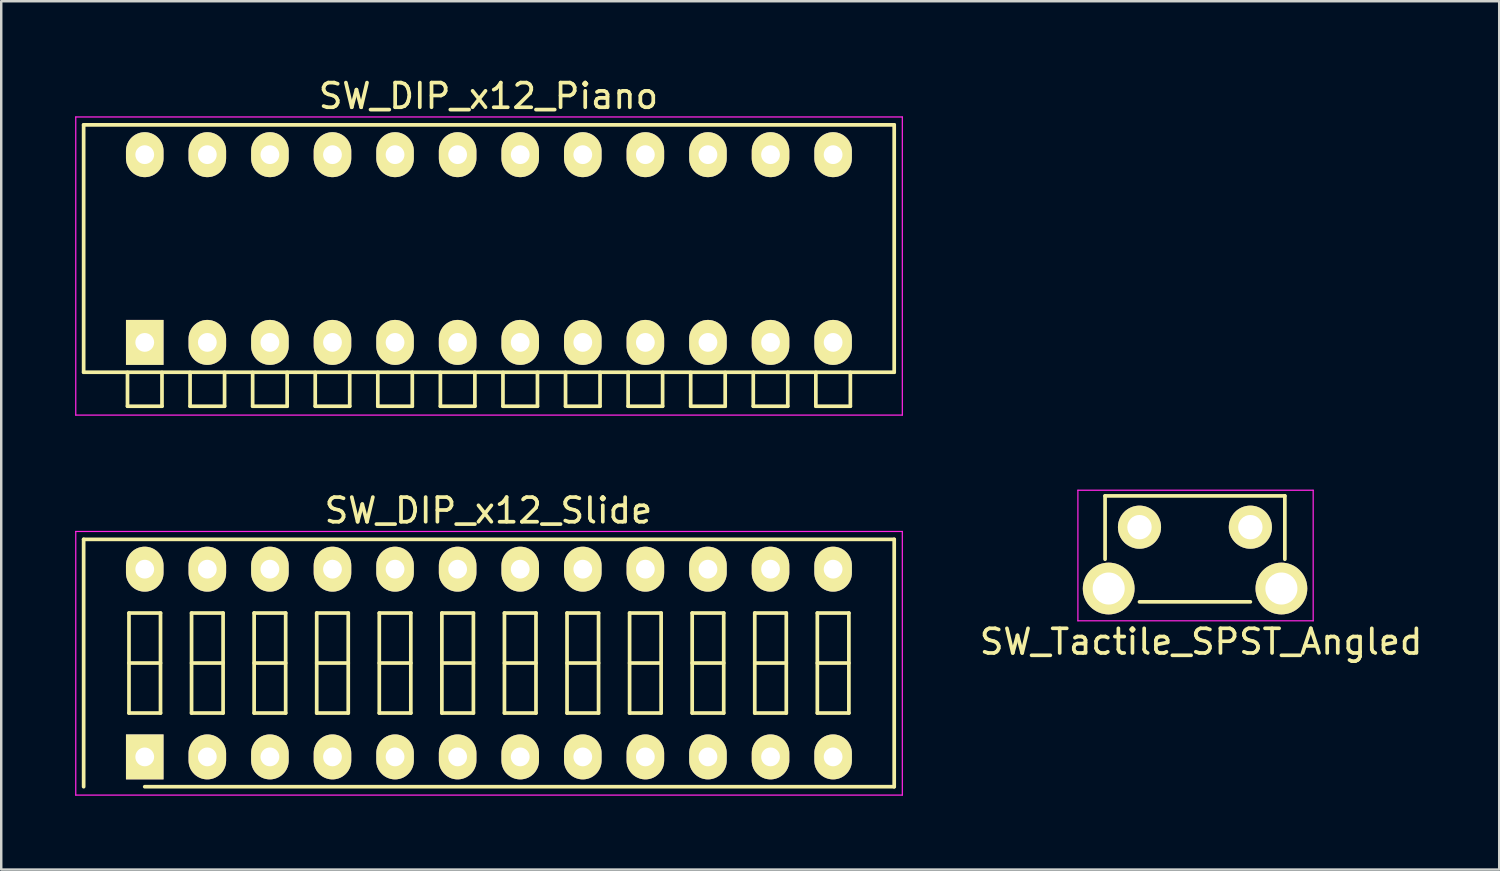
<source format=kicad_pcb>
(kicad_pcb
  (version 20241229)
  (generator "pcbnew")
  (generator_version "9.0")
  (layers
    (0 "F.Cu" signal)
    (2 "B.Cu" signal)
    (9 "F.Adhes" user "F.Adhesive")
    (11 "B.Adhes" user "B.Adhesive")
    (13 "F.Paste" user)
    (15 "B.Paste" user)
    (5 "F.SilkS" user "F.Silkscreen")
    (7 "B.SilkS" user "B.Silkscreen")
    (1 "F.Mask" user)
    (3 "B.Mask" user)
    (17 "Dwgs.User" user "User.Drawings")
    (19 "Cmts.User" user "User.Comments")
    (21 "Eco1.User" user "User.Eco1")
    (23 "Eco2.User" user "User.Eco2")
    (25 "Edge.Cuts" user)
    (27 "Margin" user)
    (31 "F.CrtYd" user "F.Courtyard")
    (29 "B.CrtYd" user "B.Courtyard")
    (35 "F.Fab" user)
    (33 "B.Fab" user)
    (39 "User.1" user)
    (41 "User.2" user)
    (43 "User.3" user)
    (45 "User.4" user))
  (footprint "SW_DIP_x12_Slide"
    (layer "F.Cu")
    (at 2.825 27.672)
    (property "Reference" "SW_DIP_x12_Slide" (at 13.95 -10 0) (layer "F.SilkS") (effects (font (size 1 1) (thickness 0.15))))
    (attr through_hole)
    (fp_line (start -2.48 -8.83) (end 30.42 -8.83) (stroke (width 0.15) (type solid)) (layer "F.SilkS"))
    (fp_line (start -2.48 1.21) (end -2.48 -8.83) (stroke (width 0.15) (type solid)) (layer "F.SilkS"))
    (fp_line (start -0.64 -5.84) (end -0.64 -1.78) (stroke (width 0.15) (type solid)) (layer "F.SilkS"))
    (fp_line (start -0.64 -3.81) (end 0.64 -3.81) (stroke (width 0.15) (type solid)) (layer "F.SilkS"))
    (fp_line (start -0.64 -1.78) (end 0.64 -1.78) (stroke (width 0.15) (type solid)) (layer "F.SilkS"))
    (fp_line (start 0.64 -5.84) (end -0.64 -5.84) (stroke (width 0.15) (type solid)) (layer "F.SilkS"))
    (fp_line (start 0.64 -1.78) (end 0.64 -5.84) (stroke (width 0.15) (type solid)) (layer "F.SilkS"))
    (fp_line (start 1.9 -5.84) (end 1.9 -1.78) (stroke (width 0.15) (type solid)) (layer "F.SilkS"))
    (fp_line (start 1.9 -3.81) (end 3.18 -3.81) (stroke (width 0.15) (type solid)) (layer "F.SilkS"))
    (fp_line (start 1.9 -1.78) (end 3.18 -1.78) (stroke (width 0.15) (type solid)) (layer "F.SilkS"))
    (fp_line (start 3.18 -5.84) (end 1.9 -5.84) (stroke (width 0.15) (type solid)) (layer "F.SilkS"))
    (fp_line (start 3.18 -1.78) (end 3.18 -5.84) (stroke (width 0.15) (type solid)) (layer "F.SilkS"))
    (fp_line (start 4.44 -5.84) (end 4.44 -1.78) (stroke (width 0.15) (type solid)) (layer "F.SilkS"))
    (fp_line (start 4.44 -3.81) (end 5.72 -3.81) (stroke (width 0.15) (type solid)) (layer "F.SilkS"))
    (fp_line (start 4.44 -1.78) (end 5.72 -1.78) (stroke (width 0.15) (type solid)) (layer "F.SilkS"))
    (fp_line (start 5.72 -5.84) (end 4.44 -5.84) (stroke (width 0.15) (type solid)) (layer "F.SilkS"))
    (fp_line (start 5.72 -1.78) (end 5.72 -5.84) (stroke (width 0.15) (type solid)) (layer "F.SilkS"))
    (fp_line (start 6.98 -5.84) (end 6.98 -1.78) (stroke (width 0.15) (type solid)) (layer "F.SilkS"))
    (fp_line (start 6.98 -3.81) (end 8.26 -3.81) (stroke (width 0.15) (type solid)) (layer "F.SilkS"))
    (fp_line (start 6.98 -1.78) (end 8.26 -1.78) (stroke (width 0.15) (type solid)) (layer "F.SilkS"))
    (fp_line (start 8.26 -5.84) (end 6.98 -5.84) (stroke (width 0.15) (type solid)) (layer "F.SilkS"))
    (fp_line (start 8.26 -1.78) (end 8.26 -5.84) (stroke (width 0.15) (type solid)) (layer "F.SilkS"))
    (fp_line (start 9.52 -5.84) (end 9.52 -1.78) (stroke (width 0.15) (type solid)) (layer "F.SilkS"))
    (fp_line (start 9.52 -3.81) (end 10.8 -3.81) (stroke (width 0.15) (type solid)) (layer "F.SilkS"))
    (fp_line (start 9.52 -1.78) (end 10.8 -1.78) (stroke (width 0.15) (type solid)) (layer "F.SilkS"))
    (fp_line (start 10.8 -5.84) (end 9.52 -5.84) (stroke (width 0.15) (type solid)) (layer "F.SilkS"))
    (fp_line (start 10.8 -1.78) (end 10.8 -5.84) (stroke (width 0.15) (type solid)) (layer "F.SilkS"))
    (fp_line (start 12.06 -5.84) (end 12.06 -1.78) (stroke (width 0.15) (type solid)) (layer "F.SilkS"))
    (fp_line (start 12.06 -3.81) (end 13.34 -3.81) (stroke (width 0.15) (type solid)) (layer "F.SilkS"))
    (fp_line (start 12.06 -1.78) (end 13.34 -1.78) (stroke (width 0.15) (type solid)) (layer "F.SilkS"))
    (fp_line (start 13.34 -5.84) (end 12.06 -5.84) (stroke (width 0.15) (type solid)) (layer "F.SilkS"))
    (fp_line (start 13.34 -1.78) (end 13.34 -5.84) (stroke (width 0.15) (type solid)) (layer "F.SilkS"))
    (fp_line (start 14.6 -5.84) (end 14.6 -1.78) (stroke (width 0.15) (type solid)) (layer "F.SilkS"))
    (fp_line (start 14.6 -3.81) (end 15.88 -3.81) (stroke (width 0.15) (type solid)) (layer "F.SilkS"))
    (fp_line (start 14.6 -1.78) (end 15.88 -1.78) (stroke (width 0.15) (type solid)) (layer "F.SilkS"))
    (fp_line (start 15.88 -5.84) (end 14.6 -5.84) (stroke (width 0.15) (type solid)) (layer "F.SilkS"))
    (fp_line (start 15.88 -1.78) (end 15.88 -5.84) (stroke (width 0.15) (type solid)) (layer "F.SilkS"))
    (fp_line (start 17.14 -5.84) (end 17.14 -1.78) (stroke (width 0.15) (type solid)) (layer "F.SilkS"))
    (fp_line (start 17.14 -3.81) (end 18.42 -3.81) (stroke (width 0.15) (type solid)) (layer "F.SilkS"))
    (fp_line (start 17.14 -1.78) (end 18.42 -1.78) (stroke (width 0.15) (type solid)) (layer "F.SilkS"))
    (fp_line (start 18.42 -5.84) (end 17.14 -5.84) (stroke (width 0.15) (type solid)) (layer "F.SilkS"))
    (fp_line (start 18.42 -1.78) (end 18.42 -5.84) (stroke (width 0.15) (type solid)) (layer "F.SilkS"))
    (fp_line (start 19.68 -5.84) (end 19.68 -1.78) (stroke (width 0.15) (type solid)) (layer "F.SilkS"))
    (fp_line (start 19.68 -3.81) (end 20.96 -3.81) (stroke (width 0.15) (type solid)) (layer "F.SilkS"))
    (fp_line (start 19.68 -1.78) (end 20.96 -1.78) (stroke (width 0.15) (type solid)) (layer "F.SilkS"))
    (fp_line (start 20.96 -5.84) (end 19.68 -5.84) (stroke (width 0.15) (type solid)) (layer "F.SilkS"))
    (fp_line (start 20.96 -1.78) (end 20.96 -5.84) (stroke (width 0.15) (type solid)) (layer "F.SilkS"))
    (fp_line (start 22.22 -5.84) (end 22.22 -1.78) (stroke (width 0.15) (type solid)) (layer "F.SilkS"))
    (fp_line (start 22.22 -3.81) (end 23.5 -3.81) (stroke (width 0.15) (type solid)) (layer "F.SilkS"))
    (fp_line (start 22.22 -1.78) (end 23.5 -1.78) (stroke (width 0.15) (type solid)) (layer "F.SilkS"))
    (fp_line (start 23.5 -5.84) (end 22.22 -5.84) (stroke (width 0.15) (type solid)) (layer "F.SilkS"))
    (fp_line (start 23.5 -1.78) (end 23.5 -5.84) (stroke (width 0.15) (type solid)) (layer "F.SilkS"))
    (fp_line (start 24.76 -5.84) (end 24.76 -1.78) (stroke (width 0.15) (type solid)) (layer "F.SilkS"))
    (fp_line (start 24.76 -3.81) (end 26.04 -3.81) (stroke (width 0.15) (type solid)) (layer "F.SilkS"))
    (fp_line (start 24.76 -1.78) (end 26.04 -1.78) (stroke (width 0.15) (type solid)) (layer "F.SilkS"))
    (fp_line (start 26.04 -5.84) (end 24.76 -5.84) (stroke (width 0.15) (type solid)) (layer "F.SilkS"))
    (fp_line (start 26.04 -1.78) (end 26.04 -5.84) (stroke (width 0.15) (type solid)) (layer "F.SilkS"))
    (fp_line (start 27.3 -5.84) (end 27.3 -1.78) (stroke (width 0.15) (type solid)) (layer "F.SilkS"))
    (fp_line (start 27.3 -3.81) (end 28.58 -3.81) (stroke (width 0.15) (type solid)) (layer "F.SilkS"))
    (fp_line (start 27.3 -1.78) (end 28.58 -1.78) (stroke (width 0.15) (type solid)) (layer "F.SilkS"))
    (fp_line (start 28.58 -5.84) (end 27.3 -5.84) (stroke (width 0.15) (type solid)) (layer "F.SilkS"))
    (fp_line (start 28.58 -1.78) (end 28.58 -5.84) (stroke (width 0.15) (type solid)) (layer "F.SilkS"))
    (fp_line (start 30.42 -8.83) (end 30.42 1.21) (stroke (width 0.15) (type solid)) (layer "F.SilkS"))
    (fp_line (start 30.42 1.21) (end 0 1.21) (stroke (width 0.15) (type solid)) (layer "F.SilkS"))
    (fp_line (start -2.8 -9.15) (end -2.8 1.55) (stroke (width 0.05) (type solid)) (layer "F.CrtYd"))
    (fp_line (start -2.8 1.55) (end 30.75 1.55) (stroke (width 0.05) (type solid)) (layer "F.CrtYd"))
    (fp_line (start 30.75 -9.15) (end -2.8 -9.15) (stroke (width 0.05) (type solid)) (layer "F.CrtYd"))
    (fp_line (start 30.75 1.55) (end 30.75 -9.15) (stroke (width 0.05) (type solid)) (layer "F.CrtYd"))
    (pad "1" thru_hole rect (at 0 0) (size 1.524 1.824) (drill 0.762) (layers "*.Cu" "*.Mask" "F.SilkS"))
    (pad "2" thru_hole oval (at 2.54 0) (size 1.524 1.824) (drill 0.762) (layers "*.Cu" "*.Mask" "F.SilkS"))
    (pad "3" thru_hole oval (at 5.08 0) (size 1.524 1.824) (drill 0.762) (layers "*.Cu" "*.Mask" "F.SilkS"))
    (pad "4" thru_hole oval (at 7.62 0) (size 1.524 1.824) (drill 0.762) (layers "*.Cu" "*.Mask" "F.SilkS"))
    (pad "5" thru_hole oval (at 10.16 0) (size 1.524 1.824) (drill 0.762) (layers "*.Cu" "*.Mask" "F.SilkS"))
    (pad "6" thru_hole oval (at 12.7 0) (size 1.524 1.824) (drill 0.762) (layers "*.Cu" "*.Mask" "F.SilkS"))
    (pad "7" thru_hole oval (at 15.24 0) (size 1.524 1.824) (drill 0.762) (layers "*.Cu" "*.Mask" "F.SilkS"))
    (pad "8" thru_hole oval (at 17.78 0) (size 1.524 1.824) (drill 0.762) (layers "*.Cu" "*.Mask" "F.SilkS"))
    (pad "9" thru_hole oval (at 20.32 0) (size 1.524 1.824) (drill 0.762) (layers "*.Cu" "*.Mask" "F.SilkS"))
    (pad "10" thru_hole oval (at 22.86 0) (size 1.524 1.824) (drill 0.762) (layers "*.Cu" "*.Mask" "F.SilkS"))
    (pad "11" thru_hole oval (at 25.4 0) (size 1.524 1.824) (drill 0.762) (layers "*.Cu" "*.Mask" "F.SilkS"))
    (pad "12" thru_hole oval (at 27.94 0) (size 1.524 1.824) (drill 0.762) (layers "*.Cu" "*.Mask" "F.SilkS"))
    (pad "13" thru_hole oval (at 27.94 -7.62) (size 1.524 1.824) (drill 0.762) (layers "*.Cu" "*.Mask" "F.SilkS"))
    (pad "14" thru_hole oval (at 25.4 -7.62) (size 1.524 1.824) (drill 0.762) (layers "*.Cu" "*.Mask" "F.SilkS"))
    (pad "15" thru_hole oval (at 22.86 -7.62) (size 1.524 1.824) (drill 0.762) (layers "*.Cu" "*.Mask" "F.SilkS"))
    (pad "16" thru_hole oval (at 20.32 -7.62) (size 1.524 1.824) (drill 0.762) (layers "*.Cu" "*.Mask" "F.SilkS"))
    (pad "17" thru_hole oval (at 17.78 -7.62) (size 1.524 1.824) (drill 0.762) (layers "*.Cu" "*.Mask" "F.SilkS"))
    (pad "18" thru_hole oval (at 15.24 -7.62) (size 1.524 1.824) (drill 0.762) (layers "*.Cu" "*.Mask" "F.SilkS"))
    (pad "19" thru_hole oval (at 12.7 -7.62) (size 1.524 1.824) (drill 0.762) (layers "*.Cu" "*.Mask" "F.SilkS"))
    (pad "20" thru_hole oval (at 10.16 -7.62) (size 1.524 1.824) (drill 0.762) (layers "*.Cu" "*.Mask" "F.SilkS"))
    (pad "21" thru_hole oval (at 7.62 -7.62) (size 1.524 1.824) (drill 0.762) (layers "*.Cu" "*.Mask" "F.SilkS"))
    (pad "22" thru_hole oval (at 5.08 -7.62) (size 1.524 1.824) (drill 0.762) (layers "*.Cu" "*.Mask" "F.SilkS"))
    (pad "23" thru_hole oval (at 2.54 -7.62) (size 1.524 1.824) (drill 0.762) (layers "*.Cu" "*.Mask" "F.SilkS"))
    (pad "24" thru_hole oval (at 0 -7.62) (size 1.524 1.824) (drill 0.762) (layers "*.Cu" "*.Mask" "F.SilkS")))
  (footprint "SW_DIP_x12_Piano"
    (layer "F.Cu")
    (at 2.825 10.848)
    (property "Reference" "SW_DIP_x12_Piano" (at 13.95 -10 0) (layer "F.SilkS") (effects (font (size 1 1) (thickness 0.15))))
    (attr through_hole)
    (fp_line (start -2.48 -8.83) (end 30.42 -8.83) (stroke (width 0.15) (type solid)) (layer "F.SilkS"))
    (fp_line (start -2.48 1.21) (end -2.48 -8.83) (stroke (width 0.15) (type solid)) (layer "F.SilkS"))
    (fp_line (start -0.7 1.22) (end -0.7 2.59) (stroke (width 0.15) (type solid)) (layer "F.SilkS"))
    (fp_line (start -0.7 2.59) (end 0.7 2.59) (stroke (width 0.15) (type solid)) (layer "F.SilkS"))
    (fp_line (start 0.7 2.59) (end 0.7 1.22) (stroke (width 0.15) (type solid)) (layer "F.SilkS"))
    (fp_line (start 1.84 1.22) (end 1.84 2.59) (stroke (width 0.15) (type solid)) (layer "F.SilkS"))
    (fp_line (start 1.84 2.59) (end 3.24 2.59) (stroke (width 0.15) (type solid)) (layer "F.SilkS"))
    (fp_line (start 3.24 2.59) (end 3.24 1.22) (stroke (width 0.15) (type solid)) (layer "F.SilkS"))
    (fp_line (start 4.38 1.22) (end 4.38 2.59) (stroke (width 0.15) (type solid)) (layer "F.SilkS"))
    (fp_line (start 4.38 2.59) (end 5.78 2.59) (stroke (width 0.15) (type solid)) (layer "F.SilkS"))
    (fp_line (start 5.78 2.59) (end 5.78 1.22) (stroke (width 0.15) (type solid)) (layer "F.SilkS"))
    (fp_line (start 6.92 1.22) (end 6.92 2.59) (stroke (width 0.15) (type solid)) (layer "F.SilkS"))
    (fp_line (start 6.92 2.59) (end 8.32 2.59) (stroke (width 0.15) (type solid)) (layer "F.SilkS"))
    (fp_line (start 8.32 2.59) (end 8.32 1.22) (stroke (width 0.15) (type solid)) (layer "F.SilkS"))
    (fp_line (start 9.46 1.22) (end 9.46 2.59) (stroke (width 0.15) (type solid)) (layer "F.SilkS"))
    (fp_line (start 9.46 2.59) (end 10.86 2.59) (stroke (width 0.15) (type solid)) (layer "F.SilkS"))
    (fp_line (start 10.86 2.59) (end 10.86 1.22) (stroke (width 0.15) (type solid)) (layer "F.SilkS"))
    (fp_line (start 12 1.22) (end 12 2.59) (stroke (width 0.15) (type solid)) (layer "F.SilkS"))
    (fp_line (start 12 2.59) (end 13.4 2.59) (stroke (width 0.15) (type solid)) (layer "F.SilkS"))
    (fp_line (start 13.4 2.59) (end 13.4 1.22) (stroke (width 0.15) (type solid)) (layer "F.SilkS"))
    (fp_line (start 14.54 1.22) (end 14.54 2.59) (stroke (width 0.15) (type solid)) (layer "F.SilkS"))
    (fp_line (start 14.54 2.59) (end 15.94 2.59) (stroke (width 0.15) (type solid)) (layer "F.SilkS"))
    (fp_line (start 15.94 2.59) (end 15.94 1.22) (stroke (width 0.15) (type solid)) (layer "F.SilkS"))
    (fp_line (start 17.08 1.22) (end 17.08 2.59) (stroke (width 0.15) (type solid)) (layer "F.SilkS"))
    (fp_line (start 17.08 2.59) (end 18.48 2.59) (stroke (width 0.15) (type solid)) (layer "F.SilkS"))
    (fp_line (start 18.48 2.59) (end 18.48 1.22) (stroke (width 0.15) (type solid)) (layer "F.SilkS"))
    (fp_line (start 19.62 1.22) (end 19.62 2.59) (stroke (width 0.15) (type solid)) (layer "F.SilkS"))
    (fp_line (start 19.62 2.59) (end 21.02 2.59) (stroke (width 0.15) (type solid)) (layer "F.SilkS"))
    (fp_line (start 21.02 2.59) (end 21.02 1.22) (stroke (width 0.15) (type solid)) (layer "F.SilkS"))
    (fp_line (start 22.16 1.22) (end 22.16 2.59) (stroke (width 0.15) (type solid)) (layer "F.SilkS"))
    (fp_line (start 22.16 2.59) (end 23.56 2.59) (stroke (width 0.15) (type solid)) (layer "F.SilkS"))
    (fp_line (start 23.56 2.59) (end 23.56 1.22) (stroke (width 0.15) (type solid)) (layer "F.SilkS"))
    (fp_line (start 24.7 1.22) (end 24.7 2.59) (stroke (width 0.15) (type solid)) (layer "F.SilkS"))
    (fp_line (start 24.7 2.59) (end 26.1 2.59) (stroke (width 0.15) (type solid)) (layer "F.SilkS"))
    (fp_line (start 26.1 2.59) (end 26.1 1.22) (stroke (width 0.15) (type solid)) (layer "F.SilkS"))
    (fp_line (start 27.24 1.22) (end 27.24 2.59) (stroke (width 0.15) (type solid)) (layer "F.SilkS"))
    (fp_line (start 27.24 2.59) (end 28.64 2.59) (stroke (width 0.15) (type solid)) (layer "F.SilkS"))
    (fp_line (start 28.64 2.59) (end 28.64 1.22) (stroke (width 0.15) (type solid)) (layer "F.SilkS"))
    (fp_line (start 30.42 -8.83) (end 30.42 1.21) (stroke (width 0.15) (type solid)) (layer "F.SilkS"))
    (fp_line (start 30.42 1.21) (end -2.48 1.21) (stroke (width 0.15) (type solid)) (layer "F.SilkS"))
    (fp_line (start -2.8 -9.15) (end -2.8 2.95) (stroke (width 0.05) (type solid)) (layer "F.CrtYd"))
    (fp_line (start -2.8 2.95) (end 30.75 2.95) (stroke (width 0.05) (type solid)) (layer "F.CrtYd"))
    (fp_line (start 30.75 -9.15) (end -2.8 -9.15) (stroke (width 0.05) (type solid)) (layer "F.CrtYd"))
    (fp_line (start 30.75 2.95) (end 30.75 -9.15) (stroke (width 0.05) (type solid)) (layer "F.CrtYd"))
    (pad "1" thru_hole rect (at 0 0) (size 1.524 1.824) (drill 0.762) (layers "*.Cu" "*.Mask" "F.SilkS"))
    (pad "2" thru_hole oval (at 2.54 0) (size 1.524 1.824) (drill 0.762) (layers "*.Cu" "*.Mask" "F.SilkS"))
    (pad "3" thru_hole oval (at 5.08 0) (size 1.524 1.824) (drill 0.762) (layers "*.Cu" "*.Mask" "F.SilkS"))
    (pad "4" thru_hole oval (at 7.62 0) (size 1.524 1.824) (drill 0.762) (layers "*.Cu" "*.Mask" "F.SilkS"))
    (pad "5" thru_hole oval (at 10.16 0) (size 1.524 1.824) (drill 0.762) (layers "*.Cu" "*.Mask" "F.SilkS"))
    (pad "6" thru_hole oval (at 12.7 0) (size 1.524 1.824) (drill 0.762) (layers "*.Cu" "*.Mask" "F.SilkS"))
    (pad "7" thru_hole oval (at 15.24 0) (size 1.524 1.824) (drill 0.762) (layers "*.Cu" "*.Mask" "F.SilkS"))
    (pad "8" thru_hole oval (at 17.78 0) (size 1.524 1.824) (drill 0.762) (layers "*.Cu" "*.Mask" "F.SilkS"))
    (pad "9" thru_hole oval (at 20.32 0) (size 1.524 1.824) (drill 0.762) (layers "*.Cu" "*.Mask" "F.SilkS"))
    (pad "10" thru_hole oval (at 22.86 0) (size 1.524 1.824) (drill 0.762) (layers "*.Cu" "*.Mask" "F.SilkS"))
    (pad "11" thru_hole oval (at 25.4 0) (size 1.524 1.824) (drill 0.762) (layers "*.Cu" "*.Mask" "F.SilkS"))
    (pad "12" thru_hole oval (at 27.94 0) (size 1.524 1.824) (drill 0.762) (layers "*.Cu" "*.Mask" "F.SilkS"))
    (pad "13" thru_hole oval (at 27.94 -7.62) (size 1.524 1.824) (drill 0.762) (layers "*.Cu" "*.Mask" "F.SilkS"))
    (pad "14" thru_hole oval (at 25.4 -7.62) (size 1.524 1.824) (drill 0.762) (layers "*.Cu" "*.Mask" "F.SilkS"))
    (pad "15" thru_hole oval (at 22.86 -7.62) (size 1.524 1.824) (drill 0.762) (layers "*.Cu" "*.Mask" "F.SilkS"))
    (pad "16" thru_hole oval (at 20.32 -7.62) (size 1.524 1.824) (drill 0.762) (layers "*.Cu" "*.Mask" "F.SilkS"))
    (pad "17" thru_hole oval (at 17.78 -7.62) (size 1.524 1.824) (drill 0.762) (layers "*.Cu" "*.Mask" "F.SilkS"))
    (pad "18" thru_hole oval (at 15.24 -7.62) (size 1.524 1.824) (drill 0.762) (layers "*.Cu" "*.Mask" "F.SilkS"))
    (pad "19" thru_hole oval (at 12.7 -7.62) (size 1.524 1.824) (drill 0.762) (layers "*.Cu" "*.Mask" "F.SilkS"))
    (pad "20" thru_hole oval (at 10.16 -7.62) (size 1.524 1.824) (drill 0.762) (layers "*.Cu" "*.Mask" "F.SilkS"))
    (pad "21" thru_hole oval (at 7.62 -7.62) (size 1.524 1.824) (drill 0.762) (layers "*.Cu" "*.Mask" "F.SilkS"))
    (pad "22" thru_hole oval (at 5.08 -7.62) (size 1.524 1.824) (drill 0.762) (layers "*.Cu" "*.Mask" "F.SilkS"))
    (pad "23" thru_hole oval (at 2.54 -7.62) (size 1.524 1.824) (drill 0.762) (layers "*.Cu" "*.Mask" "F.SilkS"))
    (pad "24" thru_hole oval (at 0 -7.62) (size 1.524 1.824) (drill 0.762) (layers "*.Cu" "*.Mask" "F.SilkS")))
  (footprint "SW_Tactile_SPST_Angled"
    (layer "F.Cu")
    (at 43.201 18.348)
    (property "Reference" "SW_Tactile_SPST_Angled" (at 2.5 4.65 0) (layer "F.SilkS") (effects (font (size 1 1) (thickness 0.15))))
    (attr through_hole)
    (fp_line (start -1.397 -1.27) (end -1.397 1.3) (stroke (width 0.15) (type solid)) (layer "F.SilkS"))
    (fp_line (start -1.397 -1.27) (end 5.9 -1.27) (stroke (width 0.15) (type solid)) (layer "F.SilkS"))
    (fp_line (start 0 3.03) (end 4.5 3.03) (stroke (width 0.15) (type solid)) (layer "F.SilkS"))
    (fp_line (start 5.9 -1.27) (end 5.9 1.3) (stroke (width 0.15) (type solid)) (layer "F.SilkS"))
    (fp_line (start -2.5 -1.5) (end 7.05 -1.5) (stroke (width 0.05) (type solid)) (layer "F.CrtYd"))
    (fp_line (start -2.5 3.8) (end -2.5 -1.5) (stroke (width 0.05) (type solid)) (layer "F.CrtYd"))
    (fp_line (start 7.05 -1.5) (end 7.05 3.8) (stroke (width 0.05) (type solid)) (layer "F.CrtYd"))
    (fp_line (start 7.05 3.8) (end -2.5 3.8) (stroke (width 0.05) (type solid)) (layer "F.CrtYd"))
    (pad "" thru_hole circle (at -1.25 2.49) (size 2.1 2.1) (drill 1.3) (layers "*.Cu" "*.Mask" "F.SilkS"))
    (pad "" thru_hole circle (at 5.76 2.49) (size 2.1 2.1) (drill 1.3) (layers "*.Cu" "*.Mask" "F.SilkS"))
    (pad "1" thru_hole circle (at 0 0) (size 1.75 1.75) (drill 0.99) (layers "*.Cu" "*.Mask" "F.SilkS"))
    (pad "2" thru_hole circle (at 4.5 0) (size 1.75 1.75) (drill 0.99) (layers "*.Cu" "*.Mask" "F.SilkS")))
  (gr_rect
    (start -3 -3)
    (end 57.802 32.246)
    (stroke (width 0.1) (type default))
    (fill no)
    (layer "Edge.Cuts")))
</source>
